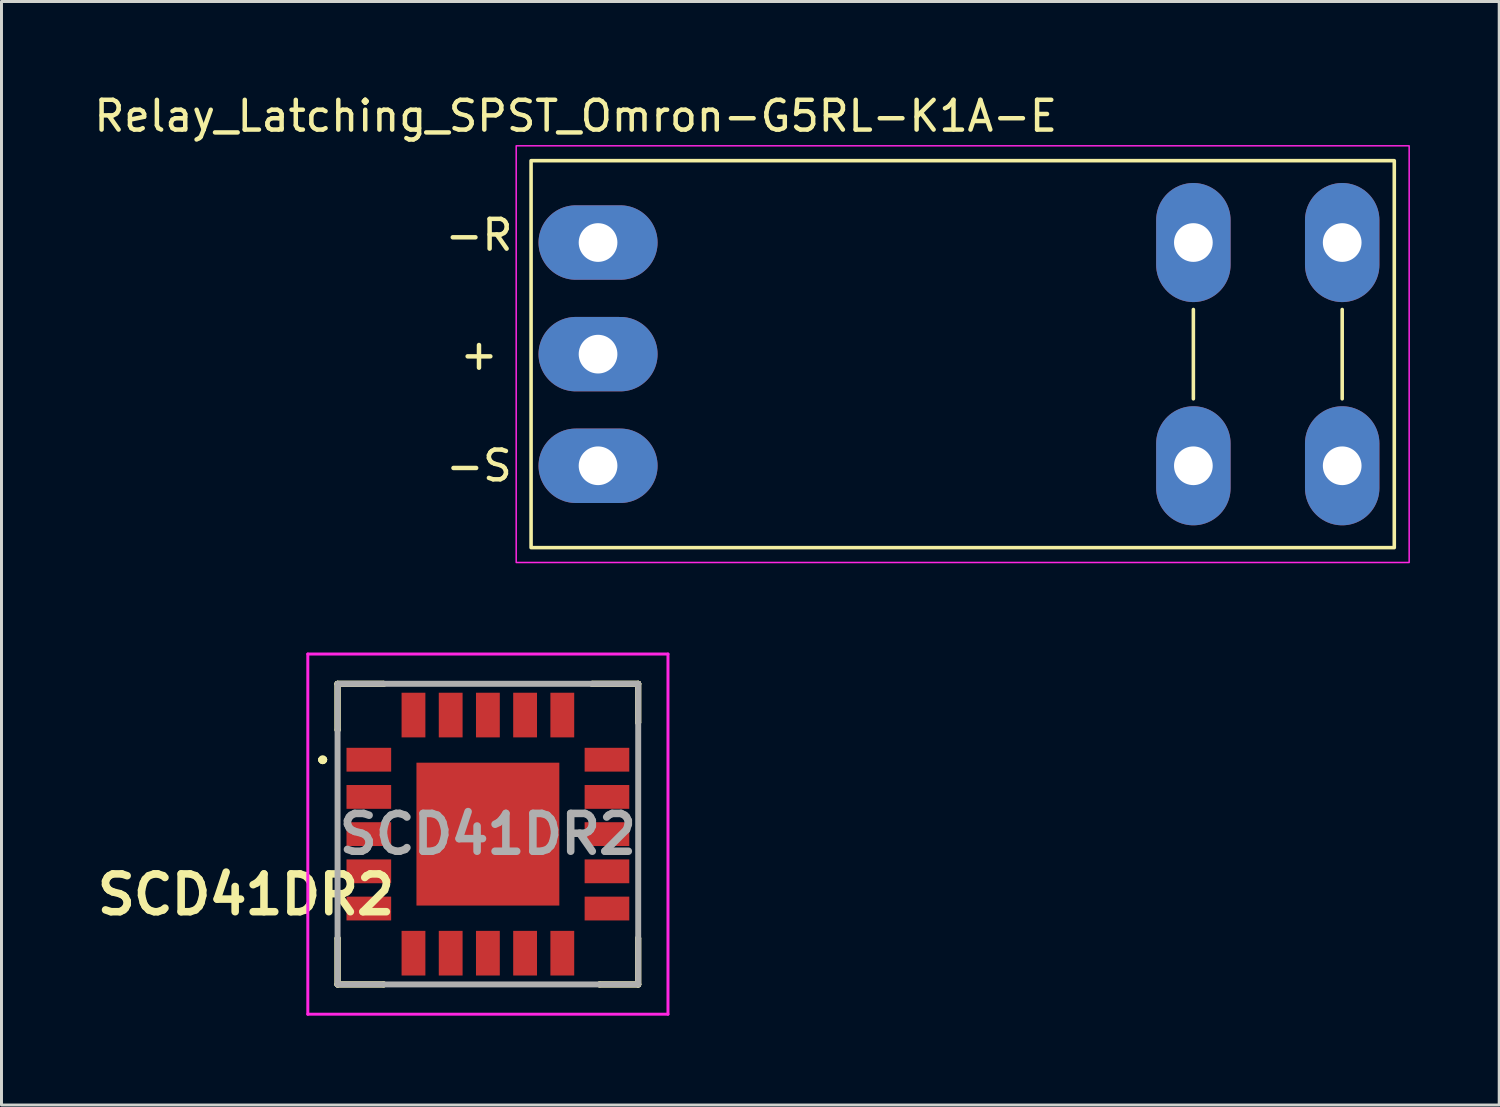
<source format=kicad_pcb>
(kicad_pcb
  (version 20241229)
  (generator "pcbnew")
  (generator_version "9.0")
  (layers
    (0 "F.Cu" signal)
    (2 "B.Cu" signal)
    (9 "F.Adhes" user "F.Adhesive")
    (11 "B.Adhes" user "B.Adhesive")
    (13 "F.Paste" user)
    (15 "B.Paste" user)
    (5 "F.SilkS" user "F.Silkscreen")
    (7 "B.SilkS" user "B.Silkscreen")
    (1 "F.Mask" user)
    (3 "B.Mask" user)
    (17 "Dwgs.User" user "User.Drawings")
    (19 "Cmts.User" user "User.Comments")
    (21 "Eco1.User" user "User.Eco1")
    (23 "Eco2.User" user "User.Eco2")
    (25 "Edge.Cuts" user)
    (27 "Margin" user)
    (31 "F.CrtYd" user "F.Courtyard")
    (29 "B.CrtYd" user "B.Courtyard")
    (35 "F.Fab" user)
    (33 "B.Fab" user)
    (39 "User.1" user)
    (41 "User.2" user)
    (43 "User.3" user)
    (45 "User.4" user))
  (footprint "Relay_Latching_SPST_Omron-G5RL-K1A-E"
    (layer "F.Cu")
    (at 14.792 8.848)
    (property "Reference" "Relay_Latching_SPST_Omron-G5RL-K1A-E" (at 1.5 -8 180) (layer "F.SilkS") (effects (font (size 1 1) (thickness 0.15))))
    (attr through_hole)
    (fp_line (start 22.25 -1.5) (end 22.25 1.5) (stroke (width 0.12) (type solid)) (layer "F.SilkS"))
    (fp_line (start 27.25 -1.5) (end 27.25 1.5) (stroke (width 0.12) (type solid)) (layer "F.SilkS"))
    (fp_rect (start 0 6.5) (end 29 -6.5) (stroke (width 0.12) (type solid)) (fill no) (layer "F.SilkS"))
    (fp_rect (start -0.5 7) (end 29.5 -7) (stroke (width 0.05) (type solid)) (fill no) (layer "F.CrtYd"))
    (fp_text user "-S" (at -1.75 3.75 0) (unlocked yes) (layer "F.SilkS") (effects (font (size 1 1) (thickness 0.15))))
    (fp_text user "-R" (at -1.75 -4 0) (unlocked yes) (layer "F.SilkS") (effects (font (size 1 1) (thickness 0.15))))
    (fp_text user "+" (at -1.75 0 0) (unlocked yes) (layer "F.SilkS") (effects (font (size 1 1) (thickness 0.15))))
    (pad "1" thru_hole oval (at 2.25 -3.75) (size 4 2.5) (drill 1.3) (layers "*.Cu" "*.Mask"))
    (pad "3" thru_hole oval (at 22.25 -3.75) (size 2.5 4) (drill 1.3) (layers "*.Cu" "*.Mask"))
    (pad "4" thru_hole oval (at 27.25 -3.75) (size 2.5 4) (drill 1.3) (layers "*.Cu" "*.Mask"))
    (pad "5" thru_hole oval (at 27.25 3.75) (size 2.5 4) (drill 1.3) (layers "*.Cu" "*.Mask"))
    (pad "6" thru_hole oval (at 22.25 3.75) (size 2.5 4) (drill 1.3) (layers "*.Cu" "*.Mask"))
    (pad "8" thru_hole oval (at 2.25 3.75) (size 4 2.5) (drill 1.3) (layers "*.Cu" "*.Mask"))
    (pad "9" thru_hole oval (at 2.25 0) (size 4 2.5) (drill 1.3) (layers "*.Cu" "*.Mask")))
  (footprint "SCD41DR2"
    (layer "F.Cu")
    (at 13.341 24.973)
    (property "Reference" "SCD41DR2" (at -8.128 2.032 0) (layer "F.SilkS") (effects (font (size 1.27 1.27) (thickness 0.254))))
    (attr smd)
    (fp_line (start -5.6 -2.5) (end -5.6 -2.5) (stroke (width 0.2) (type solid)) (layer "F.SilkS"))
    (fp_line (start -5.6 -2.5) (end -5.6 -2.5) (stroke (width 0.2) (type solid)) (layer "F.SilkS"))
    (fp_line (start -5.5 -2.5) (end -5.5 -2.5) (stroke (width 0.2) (type solid)) (layer "F.SilkS"))
    (fp_line (start -5.05 -5.05) (end -5.05 -5.05) (stroke (width 0.2) (type solid)) (layer "F.SilkS"))
    (fp_line (start -5.05 -5.05) (end -5.05 -5.05) (stroke (width 0.2) (type solid)) (layer "F.SilkS"))
    (fp_line (start -5.05 -5.05) (end -5.05 -3.5) (stroke (width 0.2) (type solid)) (layer "F.SilkS"))
    (fp_line (start -5.05 -5.05) (end -3.5 -5.05) (stroke (width 0.2) (type solid)) (layer "F.SilkS"))
    (fp_line (start -5.05 -3.5) (end -5.05 -5.05) (stroke (width 0.2) (type solid)) (layer "F.SilkS"))
    (fp_line (start -5.05 -3.5) (end -5.05 -3.5) (stroke (width 0.2) (type solid)) (layer "F.SilkS"))
    (fp_line (start -5.05 3.5) (end -5.05 3.5) (stroke (width 0.2) (type solid)) (layer "F.SilkS"))
    (fp_line (start -5.05 3.5) (end -5.05 5.05) (stroke (width 0.2) (type solid)) (layer "F.SilkS"))
    (fp_line (start -5.05 5.05) (end -5.05 3.5) (stroke (width 0.2) (type solid)) (layer "F.SilkS"))
    (fp_line (start -5.05 5.05) (end -5.05 5.05) (stroke (width 0.2) (type solid)) (layer "F.SilkS"))
    (fp_line (start -5.05 5.05) (end -5.05 5.05) (stroke (width 0.2) (type solid)) (layer "F.SilkS"))
    (fp_line (start -5.05 5.05) (end -3.5 5.05) (stroke (width 0.2) (type solid)) (layer "F.SilkS"))
    (fp_line (start -3.5 -5.05) (end -5.05 -5.05) (stroke (width 0.2) (type solid)) (layer "F.SilkS"))
    (fp_line (start -3.5 -5.05) (end -3.5 -5.05) (stroke (width 0.2) (type solid)) (layer "F.SilkS"))
    (fp_line (start -3.5 5.05) (end -5.05 5.05) (stroke (width 0.2) (type solid)) (layer "F.SilkS"))
    (fp_line (start -3.5 5.05) (end -3.5 5.05) (stroke (width 0.2) (type solid)) (layer "F.SilkS"))
    (fp_line (start 3.5 -5.05) (end 3.5 -5.05) (stroke (width 0.2) (type solid)) (layer "F.SilkS"))
    (fp_line (start 3.5 -5.05) (end 5.05 -5.05) (stroke (width 0.2) (type solid)) (layer "F.SilkS"))
    (fp_line (start 3.75 5.05) (end 3.75 5.05) (stroke (width 0.2) (type solid)) (layer "F.SilkS"))
    (fp_line (start 3.75 5.05) (end 5.05 5.05) (stroke (width 0.2) (type solid)) (layer "F.SilkS"))
    (fp_line (start 5.05 -5.05) (end 3.5 -5.05) (stroke (width 0.2) (type solid)) (layer "F.SilkS"))
    (fp_line (start 5.05 -5.05) (end 5.05 -5.05) (stroke (width 0.2) (type solid)) (layer "F.SilkS"))
    (fp_line (start 5.05 -5.05) (end 5.05 -5.05) (stroke (width 0.2) (type solid)) (layer "F.SilkS"))
    (fp_line (start 5.05 -5.05) (end 5.05 -3.75) (stroke (width 0.2) (type solid)) (layer "F.SilkS"))
    (fp_line (start 5.05 -3.75) (end 5.05 -5.05) (stroke (width 0.2) (type solid)) (layer "F.SilkS"))
    (fp_line (start 5.05 -3.75) (end 5.05 -3.75) (stroke (width 0.2) (type solid)) (layer "F.SilkS"))
    (fp_line (start 5.05 3.5) (end 5.05 3.5) (stroke (width 0.2) (type solid)) (layer "F.SilkS"))
    (fp_line (start 5.05 3.5) (end 5.05 5.05) (stroke (width 0.2) (type solid)) (layer "F.SilkS"))
    (fp_line (start 5.05 5.05) (end 3.75 5.05) (stroke (width 0.2) (type solid)) (layer "F.SilkS"))
    (fp_line (start 5.05 5.05) (end 5.05 3.5) (stroke (width 0.2) (type solid)) (layer "F.SilkS"))
    (fp_line (start 5.05 5.05) (end 5.05 5.05) (stroke (width 0.2) (type solid)) (layer "F.SilkS"))
    (fp_line (start 5.05 5.05) (end 5.05 5.05) (stroke (width 0.2) (type solid)) (layer "F.SilkS"))
    (fp_arc (start -5.6 -2.5) (mid -5.55 -2.55) (end -5.5 -2.5) (stroke (width 0.2) (type solid)) (layer "F.SilkS"))
    (fp_arc (start -5.5 -2.5) (mid -5.55 -2.45) (end -5.6 -2.5) (stroke (width 0.2) (type solid)) (layer "F.SilkS"))
    (fp_arc (start -5.5 -2.5) (mid -5.55 -2.45) (end -5.6 -2.5) (stroke (width 0.2) (type solid)) (layer "F.SilkS"))
    (fp_line (start -6.05 -6.05) (end 6.05 -6.05) (stroke (width 0.1) (type solid)) (layer "F.CrtYd"))
    (fp_line (start -6.05 6.05) (end -6.05 -6.05) (stroke (width 0.1) (type solid)) (layer "F.CrtYd"))
    (fp_line (start 6.05 -6.05) (end 6.05 6.05) (stroke (width 0.1) (type solid)) (layer "F.CrtYd"))
    (fp_line (start 6.05 6.05) (end -6.05 6.05) (stroke (width 0.1) (type solid)) (layer "F.CrtYd"))
    (fp_line (start -5.05 -5.05) (end -5.05 5.05) (stroke (width 0.2) (type solid)) (layer "F.Fab"))
    (fp_line (start -5.05 5.05) (end 5.05 5.05) (stroke (width 0.2) (type solid)) (layer "F.Fab"))
    (fp_line (start 5.05 -5.05) (end -5.05 -5.05) (stroke (width 0.2) (type solid)) (layer "F.Fab"))
    (fp_line (start 5.05 5.05) (end 5.05 -5.05) (stroke (width 0.2) (type solid)) (layer "F.Fab"))
    (fp_text user "${REFERENCE}" (at 0 0 0) (layer "F.Fab") (effects (font (size 1.27 1.27) (thickness 0.254))))
    (pad "1" smd rect (at -4 -2.5 90) (size 0.8 1.5) (layers "F.Cu" "F.Mask" "F.Paste"))
    (pad "2" smd rect (at -4 -1.25 90) (size 0.8 1.5) (layers "F.Cu" "F.Mask" "F.Paste"))
    (pad "3" smd rect (at -4 0 90) (size 0.8 1.5) (layers "F.Cu" "F.Mask" "F.Paste"))
    (pad "4" smd rect (at -4 1.25 90) (size 0.8 1.5) (layers "F.Cu" "F.Mask" "F.Paste"))
    (pad "5" smd rect (at -4 2.5 90) (size 0.8 1.5) (layers "F.Cu" "F.Mask" "F.Paste"))
    (pad "6" smd rect (at -2.5 4) (size 0.8 1.5) (layers "F.Cu" "F.Mask" "F.Paste"))
    (pad "7" smd rect (at -1.25 4) (size 0.8 1.5) (layers "F.Cu" "F.Mask" "F.Paste"))
    (pad "8" smd rect (at 0 4) (size 0.8 1.5) (layers "F.Cu" "F.Mask" "F.Paste"))
    (pad "9" smd rect (at 1.25 4) (size 0.8 1.5) (layers "F.Cu" "F.Mask" "F.Paste"))
    (pad "10" smd rect (at 2.5 4) (size 0.8 1.5) (layers "F.Cu" "F.Mask" "F.Paste"))
    (pad "11" smd rect (at 4 2.5 90) (size 0.8 1.5) (layers "F.Cu" "F.Mask" "F.Paste"))
    (pad "12" smd rect (at 4 1.25 90) (size 0.8 1.5) (layers "F.Cu" "F.Mask" "F.Paste"))
    (pad "13" smd rect (at 4 0 90) (size 0.8 1.5) (layers "F.Cu" "F.Mask" "F.Paste"))
    (pad "14" smd rect (at 4 -1.25 90) (size 0.8 1.5) (layers "F.Cu" "F.Mask" "F.Paste"))
    (pad "15" smd rect (at 4 -2.5 90) (size 0.8 1.5) (layers "F.Cu" "F.Mask" "F.Paste"))
    (pad "16" smd rect (at 2.5 -4) (size 0.8 1.5) (layers "F.Cu" "F.Mask" "F.Paste"))
    (pad "17" smd rect (at 1.25 -4) (size 0.8 1.5) (layers "F.Cu" "F.Mask" "F.Paste"))
    (pad "18" smd rect (at 0 -4) (size 0.8 1.5) (layers "F.Cu" "F.Mask" "F.Paste"))
    (pad "19" smd rect (at -1.25 -4) (size 0.8 1.5) (layers "F.Cu" "F.Mask" "F.Paste"))
    (pad "20" smd rect (at -2.5 -4) (size 0.8 1.5) (layers "F.Cu" "F.Mask" "F.Paste"))
    (pad "21" smd rect (at 0 0 90) (size 4.8 4.8) (layers "F.Cu" "F.Mask" "F.Paste")))
  (gr_rect
    (start -3 -3)
    (end 47.317 34.073)
    (stroke (width 0.1) (type default))
    (fill no)
    (layer "Edge.Cuts")))
</source>
